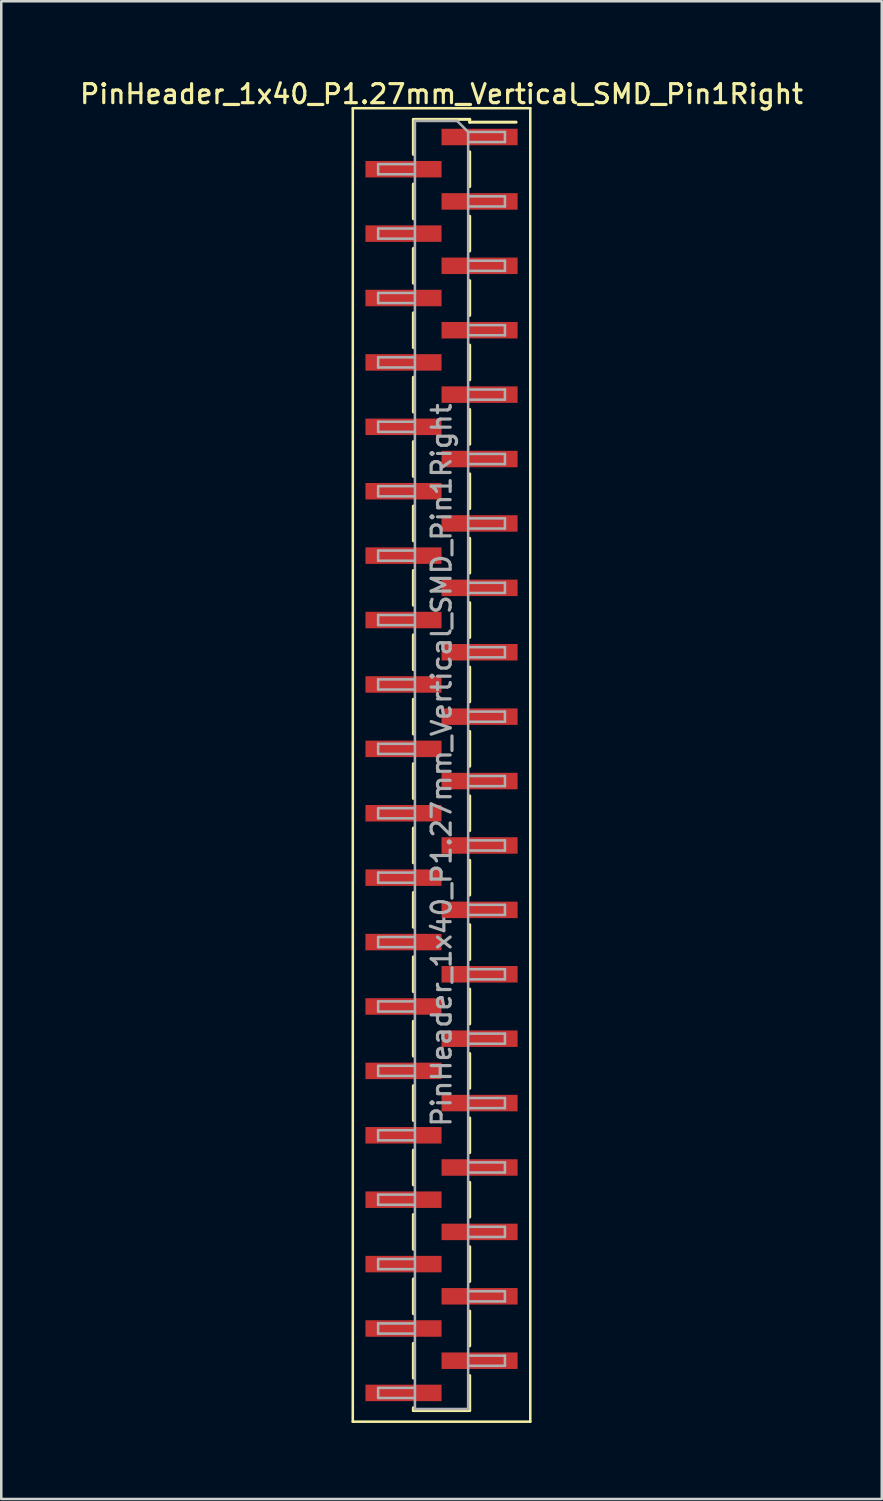
<source format=kicad_pcb>
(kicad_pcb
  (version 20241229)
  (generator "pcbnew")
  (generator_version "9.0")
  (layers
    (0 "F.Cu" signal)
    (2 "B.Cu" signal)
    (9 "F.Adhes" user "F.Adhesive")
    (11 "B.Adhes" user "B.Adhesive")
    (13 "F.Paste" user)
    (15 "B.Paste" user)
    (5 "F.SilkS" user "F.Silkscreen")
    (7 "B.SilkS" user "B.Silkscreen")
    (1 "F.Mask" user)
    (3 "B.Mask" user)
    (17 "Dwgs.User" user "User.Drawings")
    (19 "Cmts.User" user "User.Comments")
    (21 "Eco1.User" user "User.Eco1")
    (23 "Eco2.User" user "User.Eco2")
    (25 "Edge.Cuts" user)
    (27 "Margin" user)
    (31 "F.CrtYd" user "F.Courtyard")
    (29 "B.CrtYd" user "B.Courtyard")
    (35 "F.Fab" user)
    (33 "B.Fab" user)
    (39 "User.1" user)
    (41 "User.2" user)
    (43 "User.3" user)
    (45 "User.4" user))
  (footprint "PinHeader_1x40_P1.27mm_Vertical_SMD_Pin1Right"
    (layer "F.Cu")
    (at 14.363 27.118)
    (property "Reference" "PinHeader_1x40_P1.27mm_Vertical_SMD_Pin1Right" (at 0 -26.46 0) (layer "F.SilkS") (effects (font (size 0.75 0.75) (thickness 0.125))))
    (attr smd)
    (fp_line (start -3.5 -25.9) (end -3.5 25.9) (stroke (width 0.1) (type solid)) (layer "F.SilkS"))
    (fp_line (start -3.5 25.9) (end 3.5 25.9) (stroke (width 0.1) (type solid)) (layer "F.SilkS"))
    (fp_line (start -1.11 -25.46) (end 1.11 -25.46) (stroke (width 0.12) (type solid)) (layer "F.SilkS"))
    (fp_line (start -1.11 -25.45) (end -1.11 -24.08) (stroke (width 0.12) (type solid)) (layer "F.SilkS"))
    (fp_line (start -1.11 -22.91) (end -1.11 -21.54) (stroke (width 0.12) (type solid)) (layer "F.SilkS"))
    (fp_line (start -1.11 -20.37) (end -1.11 -19) (stroke (width 0.12) (type solid)) (layer "F.SilkS"))
    (fp_line (start -1.11 -17.83) (end -1.11 -16.46) (stroke (width 0.12) (type solid)) (layer "F.SilkS"))
    (fp_line (start -1.11 -15.29) (end -1.11 -13.92) (stroke (width 0.12) (type solid)) (layer "F.SilkS"))
    (fp_line (start -1.11 -12.75) (end -1.11 -11.38) (stroke (width 0.12) (type solid)) (layer "F.SilkS"))
    (fp_line (start -1.11 -10.21) (end -1.11 -8.84) (stroke (width 0.12) (type solid)) (layer "F.SilkS"))
    (fp_line (start -1.11 -7.67) (end -1.11 -6.3) (stroke (width 0.12) (type solid)) (layer "F.SilkS"))
    (fp_line (start -1.11 -5.13) (end -1.11 -3.76) (stroke (width 0.12) (type solid)) (layer "F.SilkS"))
    (fp_line (start -1.11 -2.59) (end -1.11 -1.22) (stroke (width 0.12) (type solid)) (layer "F.SilkS"))
    (fp_line (start -1.11 -0.05) (end -1.11 1.32) (stroke (width 0.12) (type solid)) (layer "F.SilkS"))
    (fp_line (start -1.11 2.49) (end -1.11 3.86) (stroke (width 0.12) (type solid)) (layer "F.SilkS"))
    (fp_line (start -1.11 5.03) (end -1.11 6.4) (stroke (width 0.12) (type solid)) (layer "F.SilkS"))
    (fp_line (start -1.11 7.57) (end -1.11 8.94) (stroke (width 0.12) (type solid)) (layer "F.SilkS"))
    (fp_line (start -1.11 10.11) (end -1.11 11.48) (stroke (width 0.12) (type solid)) (layer "F.SilkS"))
    (fp_line (start -1.11 12.65) (end -1.11 14.02) (stroke (width 0.12) (type solid)) (layer "F.SilkS"))
    (fp_line (start -1.11 15.19) (end -1.11 16.56) (stroke (width 0.12) (type solid)) (layer "F.SilkS"))
    (fp_line (start -1.11 17.73) (end -1.11 19.1) (stroke (width 0.12) (type solid)) (layer "F.SilkS"))
    (fp_line (start -1.11 20.27) (end -1.11 21.64) (stroke (width 0.12) (type solid)) (layer "F.SilkS"))
    (fp_line (start -1.11 22.81) (end -1.11 24.18) (stroke (width 0.12) (type solid)) (layer "F.SilkS"))
    (fp_line (start -1.11 25.35) (end -1.11 25.46) (stroke (width 0.12) (type solid)) (layer "F.SilkS"))
    (fp_line (start -1.11 25.46) (end 1.11 25.46) (stroke (width 0.12) (type solid)) (layer "F.SilkS"))
    (fp_line (start 1.11 -25.46) (end 1.11 -25.35) (stroke (width 0.12) (type solid)) (layer "F.SilkS"))
    (fp_line (start 1.11 -25.35) (end 2.94 -25.35) (stroke (width 0.12) (type solid)) (layer "F.SilkS"))
    (fp_line (start 1.11 -24.18) (end 1.11 -22.81) (stroke (width 0.12) (type solid)) (layer "F.SilkS"))
    (fp_line (start 1.11 -21.64) (end 1.11 -20.27) (stroke (width 0.12) (type solid)) (layer "F.SilkS"))
    (fp_line (start 1.11 -19.1) (end 1.11 -17.73) (stroke (width 0.12) (type solid)) (layer "F.SilkS"))
    (fp_line (start 1.11 -16.56) (end 1.11 -15.19) (stroke (width 0.12) (type solid)) (layer "F.SilkS"))
    (fp_line (start 1.11 -14.02) (end 1.11 -12.65) (stroke (width 0.12) (type solid)) (layer "F.SilkS"))
    (fp_line (start 1.11 -11.48) (end 1.11 -10.11) (stroke (width 0.12) (type solid)) (layer "F.SilkS"))
    (fp_line (start 1.11 -8.94) (end 1.11 -7.57) (stroke (width 0.12) (type solid)) (layer "F.SilkS"))
    (fp_line (start 1.11 -6.4) (end 1.11 -5.03) (stroke (width 0.12) (type solid)) (layer "F.SilkS"))
    (fp_line (start 1.11 -3.86) (end 1.11 -2.49) (stroke (width 0.12) (type solid)) (layer "F.SilkS"))
    (fp_line (start 1.11 -1.32) (end 1.11 0.05) (stroke (width 0.12) (type solid)) (layer "F.SilkS"))
    (fp_line (start 1.11 1.22) (end 1.11 2.59) (stroke (width 0.12) (type solid)) (layer "F.SilkS"))
    (fp_line (start 1.11 3.76) (end 1.11 5.13) (stroke (width 0.12) (type solid)) (layer "F.SilkS"))
    (fp_line (start 1.11 6.3) (end 1.11 7.67) (stroke (width 0.12) (type solid)) (layer "F.SilkS"))
    (fp_line (start 1.11 8.84) (end 1.11 10.21) (stroke (width 0.12) (type solid)) (layer "F.SilkS"))
    (fp_line (start 1.11 11.38) (end 1.11 12.75) (stroke (width 0.12) (type solid)) (layer "F.SilkS"))
    (fp_line (start 1.11 13.92) (end 1.11 15.29) (stroke (width 0.12) (type solid)) (layer "F.SilkS"))
    (fp_line (start 1.11 16.46) (end 1.11 17.83) (stroke (width 0.12) (type solid)) (layer "F.SilkS"))
    (fp_line (start 1.11 19) (end 1.11 20.37) (stroke (width 0.12) (type solid)) (layer "F.SilkS"))
    (fp_line (start 1.11 21.54) (end 1.11 22.91) (stroke (width 0.12) (type solid)) (layer "F.SilkS"))
    (fp_line (start 1.11 24.08) (end 1.11 25.45) (stroke (width 0.12) (type solid)) (layer "F.SilkS"))
    (fp_line (start 3.5 -25.9) (end -3.5 -25.9) (stroke (width 0.1) (type solid)) (layer "F.SilkS"))
    (fp_line (start 3.5 25.9) (end 3.5 -25.9) (stroke (width 0.1) (type solid)) (layer "F.SilkS"))
    (fp_line (start -2.5 -23.695) (end -2.5 -23.295) (stroke (width 0.1) (type solid)) (layer "F.Fab"))
    (fp_line (start -2.5 -23.295) (end -1.05 -23.295) (stroke (width 0.1) (type solid)) (layer "F.Fab"))
    (fp_line (start -2.5 -21.155) (end -2.5 -20.755) (stroke (width 0.1) (type solid)) (layer "F.Fab"))
    (fp_line (start -2.5 -20.755) (end -1.05 -20.755) (stroke (width 0.1) (type solid)) (layer "F.Fab"))
    (fp_line (start -2.5 -18.615) (end -2.5 -18.215) (stroke (width 0.1) (type solid)) (layer "F.Fab"))
    (fp_line (start -2.5 -18.215) (end -1.05 -18.215) (stroke (width 0.1) (type solid)) (layer "F.Fab"))
    (fp_line (start -2.5 -16.075) (end -2.5 -15.675) (stroke (width 0.1) (type solid)) (layer "F.Fab"))
    (fp_line (start -2.5 -15.675) (end -1.05 -15.675) (stroke (width 0.1) (type solid)) (layer "F.Fab"))
    (fp_line (start -2.5 -13.535) (end -2.5 -13.135) (stroke (width 0.1) (type solid)) (layer "F.Fab"))
    (fp_line (start -2.5 -13.135) (end -1.05 -13.135) (stroke (width 0.1) (type solid)) (layer "F.Fab"))
    (fp_line (start -2.5 -10.995) (end -2.5 -10.595) (stroke (width 0.1) (type solid)) (layer "F.Fab"))
    (fp_line (start -2.5 -10.595) (end -1.05 -10.595) (stroke (width 0.1) (type solid)) (layer "F.Fab"))
    (fp_line (start -2.5 -8.455) (end -2.5 -8.055) (stroke (width 0.1) (type solid)) (layer "F.Fab"))
    (fp_line (start -2.5 -8.055) (end -1.05 -8.055) (stroke (width 0.1) (type solid)) (layer "F.Fab"))
    (fp_line (start -2.5 -5.915) (end -2.5 -5.515) (stroke (width 0.1) (type solid)) (layer "F.Fab"))
    (fp_line (start -2.5 -5.515) (end -1.05 -5.515) (stroke (width 0.1) (type solid)) (layer "F.Fab"))
    (fp_line (start -2.5 -3.375) (end -2.5 -2.975) (stroke (width 0.1) (type solid)) (layer "F.Fab"))
    (fp_line (start -2.5 -2.975) (end -1.05 -2.975) (stroke (width 0.1) (type solid)) (layer "F.Fab"))
    (fp_line (start -2.5 -0.835) (end -2.5 -0.435) (stroke (width 0.1) (type solid)) (layer "F.Fab"))
    (fp_line (start -2.5 -0.435) (end -1.05 -0.435) (stroke (width 0.1) (type solid)) (layer "F.Fab"))
    (fp_line (start -2.5 1.705) (end -2.5 2.105) (stroke (width 0.1) (type solid)) (layer "F.Fab"))
    (fp_line (start -2.5 2.105) (end -1.05 2.105) (stroke (width 0.1) (type solid)) (layer "F.Fab"))
    (fp_line (start -2.5 4.245) (end -2.5 4.645) (stroke (width 0.1) (type solid)) (layer "F.Fab"))
    (fp_line (start -2.5 4.645) (end -1.05 4.645) (stroke (width 0.1) (type solid)) (layer "F.Fab"))
    (fp_line (start -2.5 6.785) (end -2.5 7.185) (stroke (width 0.1) (type solid)) (layer "F.Fab"))
    (fp_line (start -2.5 7.185) (end -1.05 7.185) (stroke (width 0.1) (type solid)) (layer "F.Fab"))
    (fp_line (start -2.5 9.325) (end -2.5 9.725) (stroke (width 0.1) (type solid)) (layer "F.Fab"))
    (fp_line (start -2.5 9.725) (end -1.05 9.725) (stroke (width 0.1) (type solid)) (layer "F.Fab"))
    (fp_line (start -2.5 11.865) (end -2.5 12.265) (stroke (width 0.1) (type solid)) (layer "F.Fab"))
    (fp_line (start -2.5 12.265) (end -1.05 12.265) (stroke (width 0.1) (type solid)) (layer "F.Fab"))
    (fp_line (start -2.5 14.405) (end -2.5 14.805) (stroke (width 0.1) (type solid)) (layer "F.Fab"))
    (fp_line (start -2.5 14.805) (end -1.05 14.805) (stroke (width 0.1) (type solid)) (layer "F.Fab"))
    (fp_line (start -2.5 16.945) (end -2.5 17.345) (stroke (width 0.1) (type solid)) (layer "F.Fab"))
    (fp_line (start -2.5 17.345) (end -1.05 17.345) (stroke (width 0.1) (type solid)) (layer "F.Fab"))
    (fp_line (start -2.5 19.485) (end -2.5 19.885) (stroke (width 0.1) (type solid)) (layer "F.Fab"))
    (fp_line (start -2.5 19.885) (end -1.05 19.885) (stroke (width 0.1) (type solid)) (layer "F.Fab"))
    (fp_line (start -2.5 22.025) (end -2.5 22.425) (stroke (width 0.1) (type solid)) (layer "F.Fab"))
    (fp_line (start -2.5 22.425) (end -1.05 22.425) (stroke (width 0.1) (type solid)) (layer "F.Fab"))
    (fp_line (start -2.5 24.565) (end -2.5 24.965) (stroke (width 0.1) (type solid)) (layer "F.Fab"))
    (fp_line (start -2.5 24.965) (end -1.05 24.965) (stroke (width 0.1) (type solid)) (layer "F.Fab"))
    (fp_line (start -1.05 -25.4) (end -1.05 25.4) (stroke (width 0.1) (type solid)) (layer "F.Fab"))
    (fp_line (start -1.05 -25.4) (end 0.615 -25.4) (stroke (width 0.1) (type solid)) (layer "F.Fab"))
    (fp_line (start -1.05 -23.695) (end -2.5 -23.695) (stroke (width 0.1) (type solid)) (layer "F.Fab"))
    (fp_line (start -1.05 -21.155) (end -2.5 -21.155) (stroke (width 0.1) (type solid)) (layer "F.Fab"))
    (fp_line (start -1.05 -18.615) (end -2.5 -18.615) (stroke (width 0.1) (type solid)) (layer "F.Fab"))
    (fp_line (start -1.05 -16.075) (end -2.5 -16.075) (stroke (width 0.1) (type solid)) (layer "F.Fab"))
    (fp_line (start -1.05 -13.535) (end -2.5 -13.535) (stroke (width 0.1) (type solid)) (layer "F.Fab"))
    (fp_line (start -1.05 -10.995) (end -2.5 -10.995) (stroke (width 0.1) (type solid)) (layer "F.Fab"))
    (fp_line (start -1.05 -8.455) (end -2.5 -8.455) (stroke (width 0.1) (type solid)) (layer "F.Fab"))
    (fp_line (start -1.05 -5.915) (end -2.5 -5.915) (stroke (width 0.1) (type solid)) (layer "F.Fab"))
    (fp_line (start -1.05 -3.375) (end -2.5 -3.375) (stroke (width 0.1) (type solid)) (layer "F.Fab"))
    (fp_line (start -1.05 -0.835) (end -2.5 -0.835) (stroke (width 0.1) (type solid)) (layer "F.Fab"))
    (fp_line (start -1.05 1.705) (end -2.5 1.705) (stroke (width 0.1) (type solid)) (layer "F.Fab"))
    (fp_line (start -1.05 4.245) (end -2.5 4.245) (stroke (width 0.1) (type solid)) (layer "F.Fab"))
    (fp_line (start -1.05 6.785) (end -2.5 6.785) (stroke (width 0.1) (type solid)) (layer "F.Fab"))
    (fp_line (start -1.05 9.325) (end -2.5 9.325) (stroke (width 0.1) (type solid)) (layer "F.Fab"))
    (fp_line (start -1.05 11.865) (end -2.5 11.865) (stroke (width 0.1) (type solid)) (layer "F.Fab"))
    (fp_line (start -1.05 14.405) (end -2.5 14.405) (stroke (width 0.1) (type solid)) (layer "F.Fab"))
    (fp_line (start -1.05 16.945) (end -2.5 16.945) (stroke (width 0.1) (type solid)) (layer "F.Fab"))
    (fp_line (start -1.05 19.485) (end -2.5 19.485) (stroke (width 0.1) (type solid)) (layer "F.Fab"))
    (fp_line (start -1.05 22.025) (end -2.5 22.025) (stroke (width 0.1) (type solid)) (layer "F.Fab"))
    (fp_line (start -1.05 24.565) (end -2.5 24.565) (stroke (width 0.1) (type solid)) (layer "F.Fab"))
    (fp_line (start 1.05 -24.965) (end 0.615 -25.4) (stroke (width 0.1) (type solid)) (layer "F.Fab"))
    (fp_line (start 1.05 -24.965) (end 2.5 -24.965) (stroke (width 0.1) (type solid)) (layer "F.Fab"))
    (fp_line (start 1.05 -22.425) (end 2.5 -22.425) (stroke (width 0.1) (type solid)) (layer "F.Fab"))
    (fp_line (start 1.05 -19.885) (end 2.5 -19.885) (stroke (width 0.1) (type solid)) (layer "F.Fab"))
    (fp_line (start 1.05 -17.345) (end 2.5 -17.345) (stroke (width 0.1) (type solid)) (layer "F.Fab"))
    (fp_line (start 1.05 -14.805) (end 2.5 -14.805) (stroke (width 0.1) (type solid)) (layer "F.Fab"))
    (fp_line (start 1.05 -12.265) (end 2.5 -12.265) (stroke (width 0.1) (type solid)) (layer "F.Fab"))
    (fp_line (start 1.05 -9.725) (end 2.5 -9.725) (stroke (width 0.1) (type solid)) (layer "F.Fab"))
    (fp_line (start 1.05 -7.185) (end 2.5 -7.185) (stroke (width 0.1) (type solid)) (layer "F.Fab"))
    (fp_line (start 1.05 -4.645) (end 2.5 -4.645) (stroke (width 0.1) (type solid)) (layer "F.Fab"))
    (fp_line (start 1.05 -2.105) (end 2.5 -2.105) (stroke (width 0.1) (type solid)) (layer "F.Fab"))
    (fp_line (start 1.05 0.435) (end 2.5 0.435) (stroke (width 0.1) (type solid)) (layer "F.Fab"))
    (fp_line (start 1.05 2.975) (end 2.5 2.975) (stroke (width 0.1) (type solid)) (layer "F.Fab"))
    (fp_line (start 1.05 5.515) (end 2.5 5.515) (stroke (width 0.1) (type solid)) (layer "F.Fab"))
    (fp_line (start 1.05 8.055) (end 2.5 8.055) (stroke (width 0.1) (type solid)) (layer "F.Fab"))
    (fp_line (start 1.05 10.595) (end 2.5 10.595) (stroke (width 0.1) (type solid)) (layer "F.Fab"))
    (fp_line (start 1.05 13.135) (end 2.5 13.135) (stroke (width 0.1) (type solid)) (layer "F.Fab"))
    (fp_line (start 1.05 15.675) (end 2.5 15.675) (stroke (width 0.1) (type solid)) (layer "F.Fab"))
    (fp_line (start 1.05 18.215) (end 2.5 18.215) (stroke (width 0.1) (type solid)) (layer "F.Fab"))
    (fp_line (start 1.05 20.755) (end 2.5 20.755) (stroke (width 0.1) (type solid)) (layer "F.Fab"))
    (fp_line (start 1.05 23.295) (end 2.5 23.295) (stroke (width 0.1) (type solid)) (layer "F.Fab"))
    (fp_line (start 1.05 25.4) (end -1.05 25.4) (stroke (width 0.1) (type solid)) (layer "F.Fab"))
    (fp_line (start 1.05 25.4) (end 1.05 -24.965) (stroke (width 0.1) (type solid)) (layer "F.Fab"))
    (fp_line (start 2.5 -24.965) (end 2.5 -24.565) (stroke (width 0.1) (type solid)) (layer "F.Fab"))
    (fp_line (start 2.5 -24.565) (end 1.05 -24.565) (stroke (width 0.1) (type solid)) (layer "F.Fab"))
    (fp_line (start 2.5 -22.425) (end 2.5 -22.025) (stroke (width 0.1) (type solid)) (layer "F.Fab"))
    (fp_line (start 2.5 -22.025) (end 1.05 -22.025) (stroke (width 0.1) (type solid)) (layer "F.Fab"))
    (fp_line (start 2.5 -19.885) (end 2.5 -19.485) (stroke (width 0.1) (type solid)) (layer "F.Fab"))
    (fp_line (start 2.5 -19.485) (end 1.05 -19.485) (stroke (width 0.1) (type solid)) (layer "F.Fab"))
    (fp_line (start 2.5 -17.345) (end 2.5 -16.945) (stroke (width 0.1) (type solid)) (layer "F.Fab"))
    (fp_line (start 2.5 -16.945) (end 1.05 -16.945) (stroke (width 0.1) (type solid)) (layer "F.Fab"))
    (fp_line (start 2.5 -14.805) (end 2.5 -14.405) (stroke (width 0.1) (type solid)) (layer "F.Fab"))
    (fp_line (start 2.5 -14.405) (end 1.05 -14.405) (stroke (width 0.1) (type solid)) (layer "F.Fab"))
    (fp_line (start 2.5 -12.265) (end 2.5 -11.865) (stroke (width 0.1) (type solid)) (layer "F.Fab"))
    (fp_line (start 2.5 -11.865) (end 1.05 -11.865) (stroke (width 0.1) (type solid)) (layer "F.Fab"))
    (fp_line (start 2.5 -9.725) (end 2.5 -9.325) (stroke (width 0.1) (type solid)) (layer "F.Fab"))
    (fp_line (start 2.5 -9.325) (end 1.05 -9.325) (stroke (width 0.1) (type solid)) (layer "F.Fab"))
    (fp_line (start 2.5 -7.185) (end 2.5 -6.785) (stroke (width 0.1) (type solid)) (layer "F.Fab"))
    (fp_line (start 2.5 -6.785) (end 1.05 -6.785) (stroke (width 0.1) (type solid)) (layer "F.Fab"))
    (fp_line (start 2.5 -4.645) (end 2.5 -4.245) (stroke (width 0.1) (type solid)) (layer "F.Fab"))
    (fp_line (start 2.5 -4.245) (end 1.05 -4.245) (stroke (width 0.1) (type solid)) (layer "F.Fab"))
    (fp_line (start 2.5 -2.105) (end 2.5 -1.705) (stroke (width 0.1) (type solid)) (layer "F.Fab"))
    (fp_line (start 2.5 -1.705) (end 1.05 -1.705) (stroke (width 0.1) (type solid)) (layer "F.Fab"))
    (fp_line (start 2.5 0.435) (end 2.5 0.835) (stroke (width 0.1) (type solid)) (layer "F.Fab"))
    (fp_line (start 2.5 0.835) (end 1.05 0.835) (stroke (width 0.1) (type solid)) (layer "F.Fab"))
    (fp_line (start 2.5 2.975) (end 2.5 3.375) (stroke (width 0.1) (type solid)) (layer "F.Fab"))
    (fp_line (start 2.5 3.375) (end 1.05 3.375) (stroke (width 0.1) (type solid)) (layer "F.Fab"))
    (fp_line (start 2.5 5.515) (end 2.5 5.915) (stroke (width 0.1) (type solid)) (layer "F.Fab"))
    (fp_line (start 2.5 5.915) (end 1.05 5.915) (stroke (width 0.1) (type solid)) (layer "F.Fab"))
    (fp_line (start 2.5 8.055) (end 2.5 8.455) (stroke (width 0.1) (type solid)) (layer "F.Fab"))
    (fp_line (start 2.5 8.455) (end 1.05 8.455) (stroke (width 0.1) (type solid)) (layer "F.Fab"))
    (fp_line (start 2.5 10.595) (end 2.5 10.995) (stroke (width 0.1) (type solid)) (layer "F.Fab"))
    (fp_line (start 2.5 10.995) (end 1.05 10.995) (stroke (width 0.1) (type solid)) (layer "F.Fab"))
    (fp_line (start 2.5 13.135) (end 2.5 13.535) (stroke (width 0.1) (type solid)) (layer "F.Fab"))
    (fp_line (start 2.5 13.535) (end 1.05 13.535) (stroke (width 0.1) (type solid)) (layer "F.Fab"))
    (fp_line (start 2.5 15.675) (end 2.5 16.075) (stroke (width 0.1) (type solid)) (layer "F.Fab"))
    (fp_line (start 2.5 16.075) (end 1.05 16.075) (stroke (width 0.1) (type solid)) (layer "F.Fab"))
    (fp_line (start 2.5 18.215) (end 2.5 18.615) (stroke (width 0.1) (type solid)) (layer "F.Fab"))
    (fp_line (start 2.5 18.615) (end 1.05 18.615) (stroke (width 0.1) (type solid)) (layer "F.Fab"))
    (fp_line (start 2.5 20.755) (end 2.5 21.155) (stroke (width 0.1) (type solid)) (layer "F.Fab"))
    (fp_line (start 2.5 21.155) (end 1.05 21.155) (stroke (width 0.1) (type solid)) (layer "F.Fab"))
    (fp_line (start 2.5 23.295) (end 2.5 23.695) (stroke (width 0.1) (type solid)) (layer "F.Fab"))
    (fp_line (start 2.5 23.695) (end 1.05 23.695) (stroke (width 0.1) (type solid)) (layer "F.Fab"))
    (fp_text user "${REFERENCE}" (at 0 0 90) (layer "F.Fab") (effects (font (size 0.75 0.75) (thickness 0.125))))
    (pad "1" smd rect (at 1.5 -24.765) (size 3 0.65) (layers "F.Cu" "F.Mask" "F.Paste"))
    (pad "2" smd rect (at -1.5 -23.495) (size 3 0.65) (layers "F.Cu" "F.Mask" "F.Paste"))
    (pad "3" smd rect (at 1.5 -22.225) (size 3 0.65) (layers "F.Cu" "F.Mask" "F.Paste"))
    (pad "4" smd rect (at -1.5 -20.955) (size 3 0.65) (layers "F.Cu" "F.Mask" "F.Paste"))
    (pad "5" smd rect (at 1.5 -19.685) (size 3 0.65) (layers "F.Cu" "F.Mask" "F.Paste"))
    (pad "6" smd rect (at -1.5 -18.415) (size 3 0.65) (layers "F.Cu" "F.Mask" "F.Paste"))
    (pad "7" smd rect (at 1.5 -17.145) (size 3 0.65) (layers "F.Cu" "F.Mask" "F.Paste"))
    (pad "8" smd rect (at -1.5 -15.875) (size 3 0.65) (layers "F.Cu" "F.Mask" "F.Paste"))
    (pad "9" smd rect (at 1.5 -14.605) (size 3 0.65) (layers "F.Cu" "F.Mask" "F.Paste"))
    (pad "10" smd rect (at -1.5 -13.335) (size 3 0.65) (layers "F.Cu" "F.Mask" "F.Paste"))
    (pad "11" smd rect (at 1.5 -12.065) (size 3 0.65) (layers "F.Cu" "F.Mask" "F.Paste"))
    (pad "12" smd rect (at -1.5 -10.795) (size 3 0.65) (layers "F.Cu" "F.Mask" "F.Paste"))
    (pad "13" smd rect (at 1.5 -9.525) (size 3 0.65) (layers "F.Cu" "F.Mask" "F.Paste"))
    (pad "14" smd rect (at -1.5 -8.255) (size 3 0.65) (layers "F.Cu" "F.Mask" "F.Paste"))
    (pad "15" smd rect (at 1.5 -6.985) (size 3 0.65) (layers "F.Cu" "F.Mask" "F.Paste"))
    (pad "16" smd rect (at -1.5 -5.715) (size 3 0.65) (layers "F.Cu" "F.Mask" "F.Paste"))
    (pad "17" smd rect (at 1.5 -4.445) (size 3 0.65) (layers "F.Cu" "F.Mask" "F.Paste"))
    (pad "18" smd rect (at -1.5 -3.175) (size 3 0.65) (layers "F.Cu" "F.Mask" "F.Paste"))
    (pad "19" smd rect (at 1.5 -1.905) (size 3 0.65) (layers "F.Cu" "F.Mask" "F.Paste"))
    (pad "20" smd rect (at -1.5 -0.635) (size 3 0.65) (layers "F.Cu" "F.Mask" "F.Paste"))
    (pad "21" smd rect (at 1.5 0.635) (size 3 0.65) (layers "F.Cu" "F.Mask" "F.Paste"))
    (pad "22" smd rect (at -1.5 1.905) (size 3 0.65) (layers "F.Cu" "F.Mask" "F.Paste"))
    (pad "23" smd rect (at 1.5 3.175) (size 3 0.65) (layers "F.Cu" "F.Mask" "F.Paste"))
    (pad "24" smd rect (at -1.5 4.445) (size 3 0.65) (layers "F.Cu" "F.Mask" "F.Paste"))
    (pad "25" smd rect (at 1.5 5.715) (size 3 0.65) (layers "F.Cu" "F.Mask" "F.Paste"))
    (pad "26" smd rect (at -1.5 6.985) (size 3 0.65) (layers "F.Cu" "F.Mask" "F.Paste"))
    (pad "27" smd rect (at 1.5 8.255) (size 3 0.65) (layers "F.Cu" "F.Mask" "F.Paste"))
    (pad "28" smd rect (at -1.5 9.525) (size 3 0.65) (layers "F.Cu" "F.Mask" "F.Paste"))
    (pad "29" smd rect (at 1.5 10.795) (size 3 0.65) (layers "F.Cu" "F.Mask" "F.Paste"))
    (pad "30" smd rect (at -1.5 12.065) (size 3 0.65) (layers "F.Cu" "F.Mask" "F.Paste"))
    (pad "31" smd rect (at 1.5 13.335) (size 3 0.65) (layers "F.Cu" "F.Mask" "F.Paste"))
    (pad "32" smd rect (at -1.5 14.605) (size 3 0.65) (layers "F.Cu" "F.Mask" "F.Paste"))
    (pad "33" smd rect (at 1.5 15.875) (size 3 0.65) (layers "F.Cu" "F.Mask" "F.Paste"))
    (pad "34" smd rect (at -1.5 17.145) (size 3 0.65) (layers "F.Cu" "F.Mask" "F.Paste"))
    (pad "35" smd rect (at 1.5 18.415) (size 3 0.65) (layers "F.Cu" "F.Mask" "F.Paste"))
    (pad "36" smd rect (at -1.5 19.685) (size 3 0.65) (layers "F.Cu" "F.Mask" "F.Paste"))
    (pad "37" smd rect (at 1.5 20.955) (size 3 0.65) (layers "F.Cu" "F.Mask" "F.Paste"))
    (pad "38" smd rect (at -1.5 22.225) (size 3 0.65) (layers "F.Cu" "F.Mask" "F.Paste"))
    (pad "39" smd rect (at 1.5 23.495) (size 3 0.65) (layers "F.Cu" "F.Mask" "F.Paste"))
    (pad "40" smd rect (at -1.5 24.765) (size 3 0.65) (layers "F.Cu" "F.Mask" "F.Paste")))
  (gr_rect
    (start -3 -3)
    (end 31.725 56.068)
    (stroke (width 0.1) (type default))
    (fill no)
    (layer "Edge.Cuts")))
</source>
